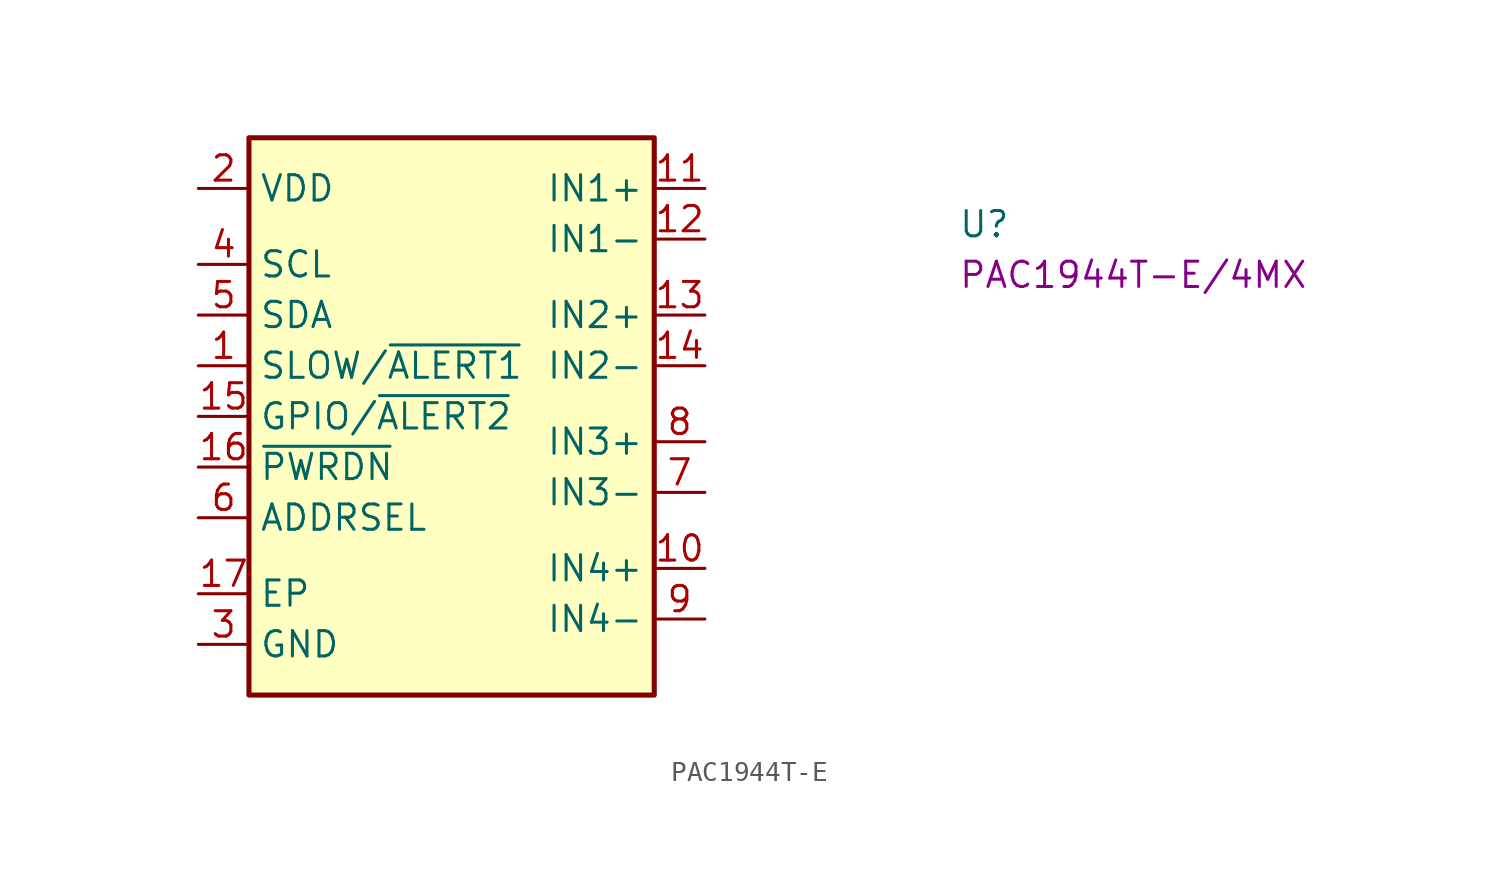
<source format=kicad_sym>
(kicad_symbol_lib
  (version 20220914)
  (generator kicad_symbol_editor)
  (symbol "PAC1944T-E"
    (property "Reference" "U"
      (at 38.1 -2.54 0)
      (effects (font (size 1.27 1.27) (thickness 0.15)) (justify left bottom)))
    (property "MPN" "PAC1944T-E/4MX"
      (at 38.1 -5.08 0)
      (effects (font (size 1.27 1.27) (thickness 0.15)) (justify left bottom)))
    (symbol "PAC1944T-E_1_1"
      (rectangle (start 2.54 2.54) (end 22.86 -25.4) (stroke (width 0.254) (type default)) (fill (type background)))
      (pin bidirectional line (at 0 -8.89 0) (length 2.54) (name "SLOW/~{ALERT1}" (effects (font (size 1.27 1.27)))) (number "1" (effects (font (size 1.27 1.27)))))
      (pin input line (at 25.4 -19.05 180) (length 2.54) (name "IN4+" (effects (font (size 1.27 1.27)))) (number "10" (effects (font (size 1.27 1.27)))))
      (pin input line (at 25.4 0 180) (length 2.54) (name "IN1+" (effects (font (size 1.27 1.27)))) (number "11" (effects (font (size 1.27 1.27)))))
      (pin input line (at 25.4 -2.54 180) (length 2.54) (name "IN1-" (effects (font (size 1.27 1.27)))) (number "12" (effects (font (size 1.27 1.27)))))
      (pin input line (at 25.4 -6.35 180) (length 2.54) (name "IN2+" (effects (font (size 1.27 1.27)))) (number "13" (effects (font (size 1.27 1.27)))))
      (pin input line (at 25.4 -8.89 180) (length 2.54) (name "IN2-" (effects (font (size 1.27 1.27)))) (number "14" (effects (font (size 1.27 1.27)))))
      (pin bidirectional line (at 0 -11.43 0) (length 2.54) (name "GPIO/~{ALERT2}" (effects (font (size 1.27 1.27)))) (number "15" (effects (font (size 1.27 1.27)))))
      (pin input line (at 0 -13.97 0) (length 2.54) (name "~{PWRDN}" (effects (font (size 1.27 1.27)))) (number "16" (effects (font (size 1.27 1.27)))))
      (pin passive line (at 0 -20.32 0) (length 2.54) (name "EP" (effects (font (size 1.27 1.27)))) (number "17" (effects (font (size 1.27 1.27)))))
      (pin power_in line (at 0 0 0) (length 2.54) (name "VDD" (effects (font (size 1.27 1.27)))) (number "2" (effects (font (size 1.27 1.27)))))
      (pin power_in line (at 0 -22.86 0) (length 2.54) (name "GND" (effects (font (size 1.27 1.27)))) (number "3" (effects (font (size 1.27 1.27)))))
      (pin input line (at 0 -3.81 0) (length 2.54) (name "SCL" (effects (font (size 1.27 1.27)))) (number "4" (effects (font (size 1.27 1.27)))))
      (pin bidirectional line (at 0 -6.35 0) (length 2.54) (name "SDA" (effects (font (size 1.27 1.27)))) (number "5" (effects (font (size 1.27 1.27)))))
      (pin bidirectional line (at 0 -16.51 0) (length 2.54) (name "ADDRSEL" (effects (font (size 1.27 1.27)))) (number "6" (effects (font (size 1.27 1.27)))))
      (pin input line (at 25.4 -15.24 180) (length 2.54) (name "IN3-" (effects (font (size 1.27 1.27)))) (number "7" (effects (font (size 1.27 1.27)))))
      (pin input line (at 25.4 -12.7 180) (length 2.54) (name "IN3+" (effects (font (size 1.27 1.27)))) (number "8" (effects (font (size 1.27 1.27)))))
      (pin input line (at 25.4 -21.59 180) (length 2.54) (name "IN4-" (effects (font (size 1.27 1.27)))) (number "9" (effects (font (size 1.27 1.27))))))))
</source>
